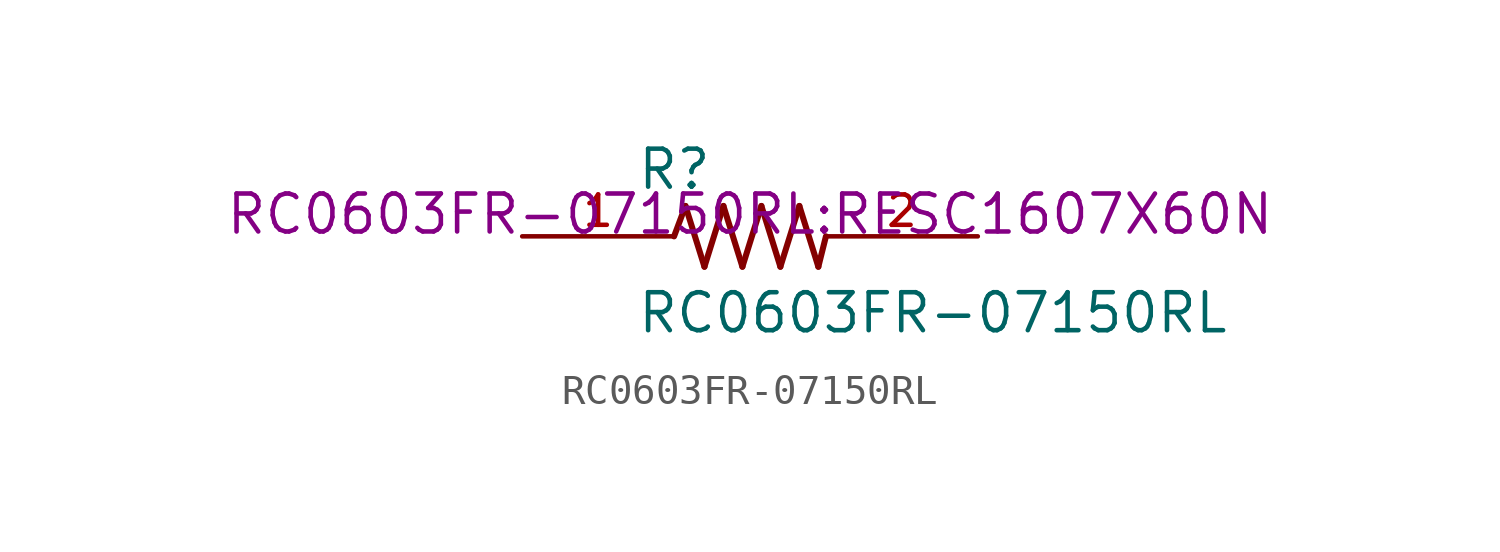
<source format=kicad_sym>
(kicad_symbol_lib
  (version 20241209)
  (generator "kicad_symbol_editor")
  (generator_version "9.0")
  (symbol "RC0603FR-07150RL"
    (pin_names
      (offset 1.016))
    (property "Reference" "R"
      (at -3.81 1.499 0)
      (effects (font (size 1.27 1.27)) (justify left bottom)))
    (property "Value" "RC0603FR-07150RL"
      (at -3.81 -3.302 0)
      (effects (font (size 1.27 1.27)) (justify left bottom)))
    (property "Footprint" "RC0603FR-07150RL:RESC1607X60N"
      (at 0 0 0)
      (effects (font (size 1.27 1.27)) (justify bottom)))
    (symbol "RC0603FR-07150RL_0_0"
      (polyline (pts (xy -2.54 0) (xy -2.159 1.016)) (stroke (width 0.203) (type default)) (fill (type none)))
      (polyline (pts (xy -2.159 1.016) (xy -1.524 -1.016)) (stroke (width 0.203) (type default)) (fill (type none)))
      (polyline (pts (xy -1.524 -1.016) (xy -0.889 1.016)) (stroke (width 0.203) (type default)) (fill (type none)))
      (polyline (pts (xy -0.889 1.016) (xy -0.254 -1.016)) (stroke (width 0.203) (type default)) (fill (type none)))
      (polyline (pts (xy -0.254 -1.016) (xy 0.381 1.016)) (stroke (width 0.203) (type default)) (fill (type none)))
      (polyline (pts (xy 0.381 1.016) (xy 1.016 -1.016)) (stroke (width 0.203) (type default)) (fill (type none)))
      (polyline (pts (xy 1.016 -1.016) (xy 1.651 1.016)) (stroke (width 0.203) (type default)) (fill (type none)))
      (polyline (pts (xy 1.651 1.016) (xy 2.286 -1.016)) (stroke (width 0.203) (type default)) (fill (type none)))
      (polyline (pts (xy 2.286 -1.016) (xy 2.54 0)) (stroke (width 0.203) (type default)) (fill (type none)))
      (pin passive line (at -7.62 0 0) (length 5.08) (name "~" (effects (font (size 1.016 1.016)))) (number "1" (effects (font (size 1.016 1.016)))))
      (pin passive line (at 7.62 0 180) (length 5.08) (name "~" (effects (font (size 1.016 1.016)))) (number "2" (effects (font (size 1.016 1.016))))))))
</source>
